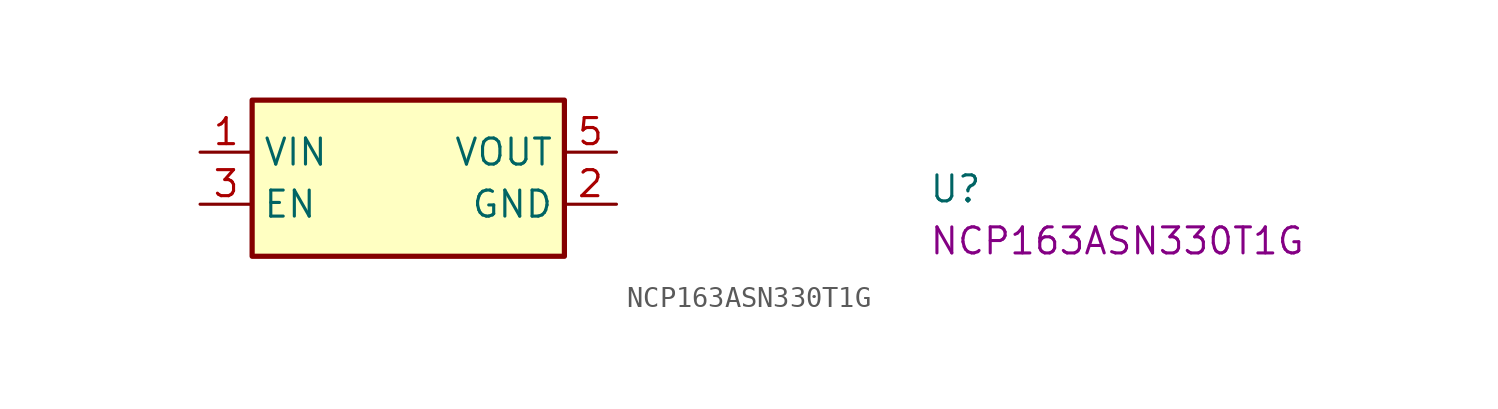
<source format=kicad_sym>
(kicad_symbol_lib
  (version 20220914)
  (generator kicad_symbol_editor)
  (symbol "NCP163ASN330T1G"
    (property "Reference" "U"
      (at 35.56 -2.54 0)
      (effects (font (size 1.27 1.27) (thickness 0.15)) (justify left bottom)))
    (property "MPN" "NCP163ASN330T1G"
      (at 35.56 -5.08 0)
      (effects (font (size 1.27 1.27) (thickness 0.15)) (justify left bottom)))
    (symbol "NCP163ASN330T1G_1_1"
      (rectangle (start 2.54 2.54) (end 17.78 -5.08) (stroke (width 0.254) (type default)) (fill (type background)))
      (pin power_in line (at 0 0 0) (length 2.54) (name "VIN" (effects (font (size 1.27 1.27)))) (number "1" (effects (font (size 1.27 1.27)))))
      (pin power_in line (at 20.32 -2.54 180) (length 2.54) (name "GND" (effects (font (size 1.27 1.27)))) (number "2" (effects (font (size 1.27 1.27)))))
      (pin input line (at 0 -2.54 0) (length 2.54) (name "EN" (effects (font (size 1.27 1.27)))) (number "3" (effects (font (size 1.27 1.27)))))
      (pin no_connect line (at 17.78 1.27 180) (length 2.54) hide (name "NC" (effects (font (size 1.27 1.27)))) (number "4" (effects (font (size 1.27 1.27)))))
      (pin power_out line (at 20.32 0 180) (length 2.54) (name "VOUT" (effects (font (size 1.27 1.27)))) (number "5" (effects (font (size 1.27 1.27))))))))
</source>
